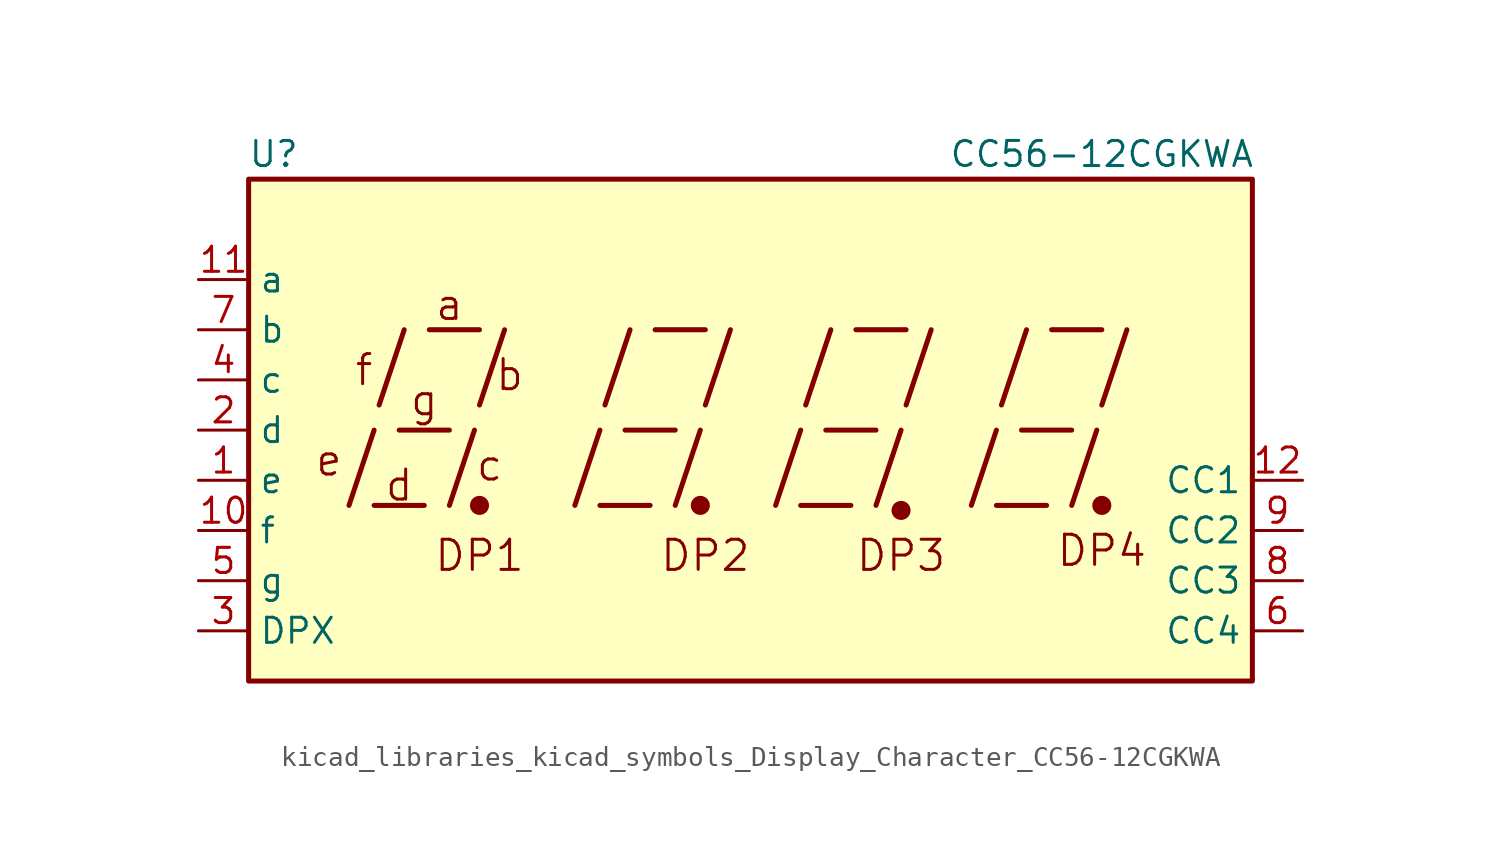
<source format=kicad_sym>
(kicad_symbol_lib
  (version 20220914)
  (generator kicad_symbol_editor)
  (symbol "kicad_libraries_kicad_symbols_Display_Character_CC56-12CGKWA"
    (property "Reference" "U"
      (at -24.13 13.97 0)
      (effects (font (size 1.27 1.27))))
    (property "Value" "CC56-12CGKWA"
      (at 17.78 13.97 0)
      (effects (font (size 1.27 1.27))))
    (symbol "kicad_libraries_kicad_symbols_Display_Character_CC56-12CGKWA_0_0"
      (rectangle (start -25.4 12.7) (end 25.4 -12.7) (stroke (width 0.254) (type default)) (fill (type background)))
      (polyline (pts (xy -20.32 -3.81) (xy -19.05 0)) (stroke (width 0.254) (type default)) (fill (type none)))
      (polyline (pts (xy -19.05 -3.81) (xy -16.51 -3.81)) (stroke (width 0.254) (type default)) (fill (type none)))
      (polyline (pts (xy -18.796 1.27) (xy -17.526 5.08)) (stroke (width 0.254) (type default)) (fill (type none)))
      (polyline (pts (xy -17.78 0) (xy -15.24 0)) (stroke (width 0.254) (type default)) (fill (type none)))
      (polyline (pts (xy -16.256 5.08) (xy -13.716 5.08)) (stroke (width 0.254) (type default)) (fill (type none)))
      (polyline (pts (xy -15.24 -3.81) (xy -13.97 0)) (stroke (width 0.254) (type default)) (fill (type none)))
      (polyline (pts (xy -13.716 1.27) (xy -12.446 5.08)) (stroke (width 0.254) (type default)) (fill (type none)))
      (polyline (pts (xy -8.89 -3.81) (xy -7.62 0)) (stroke (width 0.254) (type default)) (fill (type none)))
      (polyline (pts (xy -7.62 -3.81) (xy -5.08 -3.81)) (stroke (width 0.254) (type default)) (fill (type none)))
      (polyline (pts (xy -7.366 1.27) (xy -6.096 5.08)) (stroke (width 0.254) (type default)) (fill (type none)))
      (polyline (pts (xy -6.35 0) (xy -3.81 0)) (stroke (width 0.254) (type default)) (fill (type none)))
      (polyline (pts (xy -4.826 5.08) (xy -2.286 5.08)) (stroke (width 0.254) (type default)) (fill (type none)))
      (polyline (pts (xy -3.81 -3.81) (xy -2.54 0)) (stroke (width 0.254) (type default)) (fill (type none)))
      (polyline (pts (xy -2.286 1.27) (xy -1.016 5.08)) (stroke (width 0.254) (type default)) (fill (type none)))
      (polyline (pts (xy 1.27 -3.81) (xy 2.54 0)) (stroke (width 0.254) (type default)) (fill (type none)))
      (polyline (pts (xy 2.54 -3.81) (xy 5.08 -3.81)) (stroke (width 0.254) (type default)) (fill (type none)))
      (polyline (pts (xy 2.794 1.27) (xy 4.064 5.08)) (stroke (width 0.254) (type default)) (fill (type none)))
      (polyline (pts (xy 3.81 0) (xy 6.35 0)) (stroke (width 0.254) (type default)) (fill (type none)))
      (polyline (pts (xy 5.334 5.08) (xy 7.874 5.08)) (stroke (width 0.254) (type default)) (fill (type none)))
      (polyline (pts (xy 6.35 -3.81) (xy 7.62 0)) (stroke (width 0.254) (type default)) (fill (type none)))
      (polyline (pts (xy 7.874 1.27) (xy 9.144 5.08)) (stroke (width 0.254) (type default)) (fill (type none)))
      (polyline (pts (xy 11.176 -3.81) (xy 12.446 0)) (stroke (width 0.254) (type default)) (fill (type none)))
      (polyline (pts (xy 12.446 -3.81) (xy 14.986 -3.81)) (stroke (width 0.254) (type default)) (fill (type none)))
      (polyline (pts (xy 12.7 1.27) (xy 13.97 5.08)) (stroke (width 0.254) (type default)) (fill (type none)))
      (polyline (pts (xy 13.716 0) (xy 16.256 0)) (stroke (width 0.254) (type default)) (fill (type none)))
      (polyline (pts (xy 15.24 5.08) (xy 17.78 5.08)) (stroke (width 0.254) (type default)) (fill (type none)))
      (polyline (pts (xy 16.256 -3.81) (xy 17.526 0)) (stroke (width 0.254) (type default)) (fill (type none)))
      (polyline (pts (xy 17.78 1.27) (xy 19.05 5.08)) (stroke (width 0.254) (type default)) (fill (type none)))
      (text "a" (at -15.24 6.35 0) (effects (font (size 1.524 1.524))))
      (text "b" (at -12.192 2.794 0) (effects (font (size 1.524 1.524))))
      (text "c" (at -13.208 -1.778 0) (effects (font (size 1.524 1.524))))
      (text "d" (at -17.78 -2.794 0) (effects (font (size 1.524 1.524))))
      (text "DP1" (at -13.716 -6.35 0) (effects (font (size 1.524 1.524))))
      (text "DP2" (at -2.286 -6.35 0) (effects (font (size 1.524 1.524))))
      (text "DP3" (at 7.62 -6.35 0) (effects (font (size 1.524 1.524))))
      (text "DP4" (at 17.78 -6.096 0) (effects (font (size 1.524 1.524))))
      (text "e" (at -21.336 -1.524 0) (effects (font (size 1.524 1.524))))
      (text "f" (at -19.558 3.048 0) (effects (font (size 1.524 1.524))))
      (text "g" (at -16.51 1.524 0) (effects (font (size 1.524 1.524)))))
    (symbol "kicad_libraries_kicad_symbols_Display_Character_CC56-12CGKWA_0_1"
      (circle (center -13.716 -3.81) (radius 0.356) (stroke (width 0.254) (type default)) (fill (type outline)))
      (circle (center -2.54 -3.81) (radius 0.356) (stroke (width 0.254) (type default)) (fill (type outline))))
    (symbol "kicad_libraries_kicad_symbols_Display_Character_CC56-12CGKWA_1_0"
      (circle (center 7.62 -4.064) (radius 0.356) (stroke (width 0.254) (type default)) (fill (type outline)))
      (circle (center 17.78 -3.81) (radius 0.356) (stroke (width 0.254) (type default)) (fill (type outline))))
    (symbol "kicad_libraries_kicad_symbols_Display_Character_CC56-12CGKWA_1_1"
      (pin input line (at -27.94 -2.54 0) (length 2.54) (name "e" (effects (font (size 1.27 1.27)))) (number "1" (effects (font (size 1.27 1.27)))))
      (pin input line (at -27.94 -5.08 0) (length 2.54) (name "f" (effects (font (size 1.27 1.27)))) (number "10" (effects (font (size 1.27 1.27)))))
      (pin input line (at -27.94 7.62 0) (length 2.54) (name "a" (effects (font (size 1.27 1.27)))) (number "11" (effects (font (size 1.27 1.27)))))
      (pin input line (at 27.94 -2.54 180) (length 2.54) (name "CC1" (effects (font (size 1.27 1.27)))) (number "12" (effects (font (size 1.27 1.27)))))
      (pin input line (at -27.94 0 0) (length 2.54) (name "d" (effects (font (size 1.27 1.27)))) (number "2" (effects (font (size 1.27 1.27)))))
      (pin input line (at -27.94 -10.16 0) (length 2.54) (name "DPX" (effects (font (size 1.27 1.27)))) (number "3" (effects (font (size 1.27 1.27)))))
      (pin input line (at -27.94 2.54 0) (length 2.54) (name "c" (effects (font (size 1.27 1.27)))) (number "4" (effects (font (size 1.27 1.27)))))
      (pin input line (at -27.94 -7.62 0) (length 2.54) (name "g" (effects (font (size 1.27 1.27)))) (number "5" (effects (font (size 1.27 1.27)))))
      (pin input line (at 27.94 -10.16 180) (length 2.54) (name "CC4" (effects (font (size 1.27 1.27)))) (number "6" (effects (font (size 1.27 1.27)))))
      (pin input line (at -27.94 5.08 0) (length 2.54) (name "b" (effects (font (size 1.27 1.27)))) (number "7" (effects (font (size 1.27 1.27)))))
      (pin input line (at 27.94 -7.62 180) (length 2.54) (name "CC3" (effects (font (size 1.27 1.27)))) (number "8" (effects (font (size 1.27 1.27)))))
      (pin input line (at 27.94 -5.08 180) (length 2.54) (name "CC2" (effects (font (size 1.27 1.27)))) (number "9" (effects (font (size 1.27 1.27))))))))
</source>
